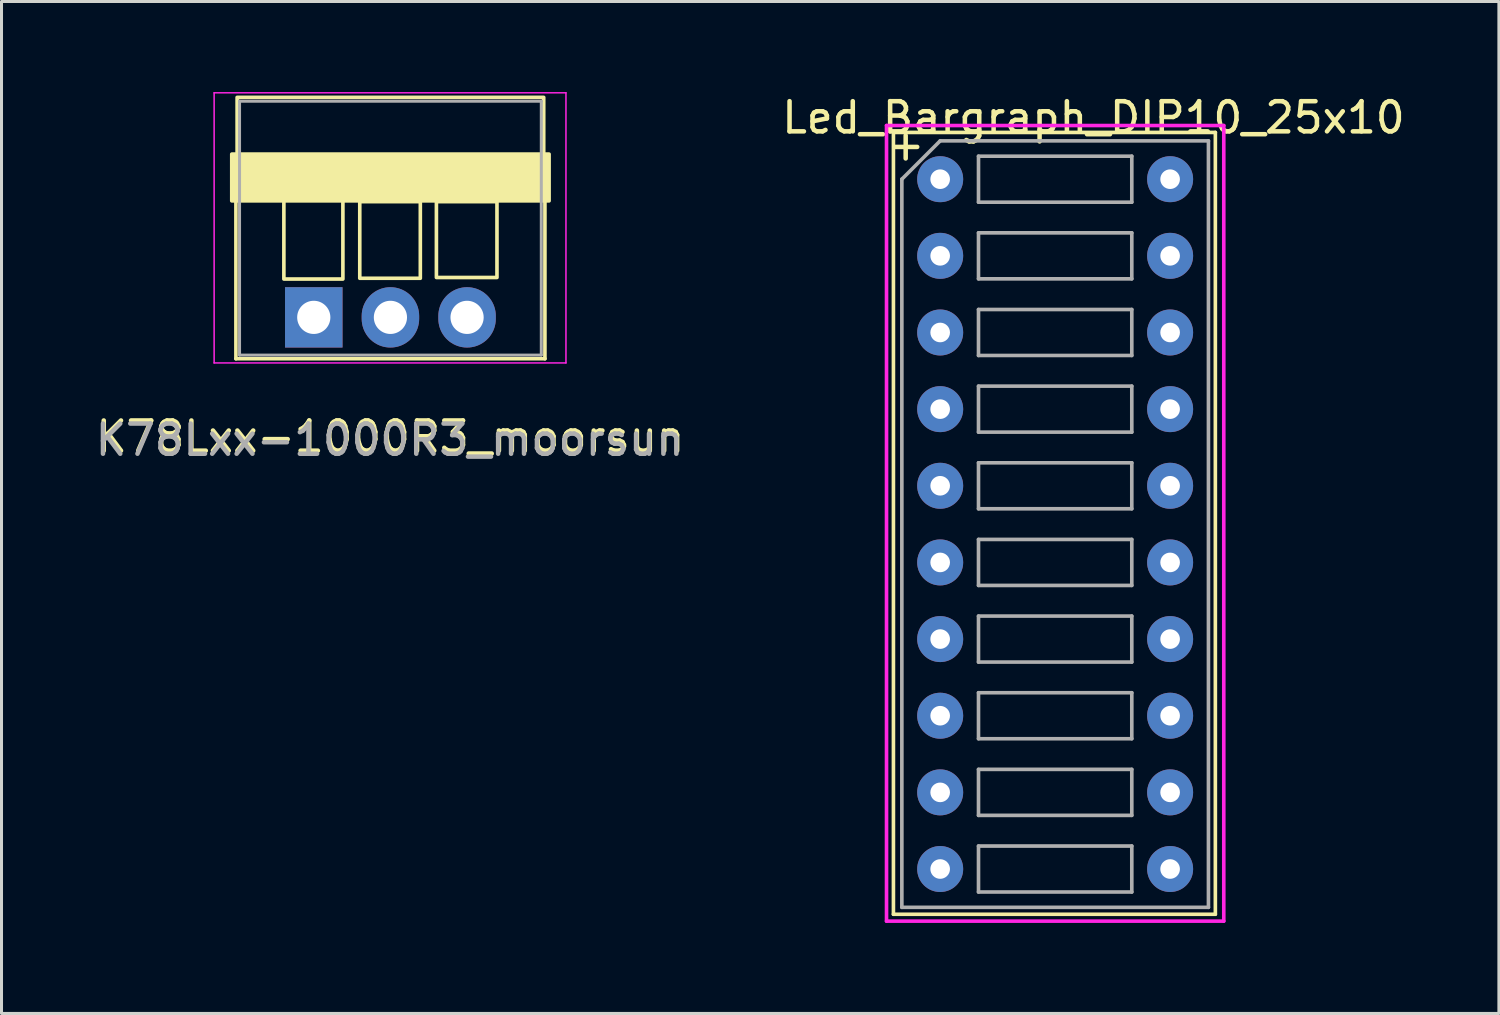
<source format=kicad_pcb>
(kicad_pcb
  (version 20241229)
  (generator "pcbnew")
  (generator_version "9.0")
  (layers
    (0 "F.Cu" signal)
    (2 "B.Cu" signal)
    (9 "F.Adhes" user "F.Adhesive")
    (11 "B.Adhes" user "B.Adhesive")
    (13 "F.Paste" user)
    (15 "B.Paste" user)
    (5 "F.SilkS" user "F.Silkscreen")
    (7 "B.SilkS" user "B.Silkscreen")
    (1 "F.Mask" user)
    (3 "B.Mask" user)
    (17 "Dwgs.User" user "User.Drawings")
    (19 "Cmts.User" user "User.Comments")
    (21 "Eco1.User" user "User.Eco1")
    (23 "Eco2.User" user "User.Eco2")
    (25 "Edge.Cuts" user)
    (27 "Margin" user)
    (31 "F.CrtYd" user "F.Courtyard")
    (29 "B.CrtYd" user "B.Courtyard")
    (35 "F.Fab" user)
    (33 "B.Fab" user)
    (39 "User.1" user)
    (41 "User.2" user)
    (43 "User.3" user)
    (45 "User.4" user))
  (footprint "K78Lxx-1000R3_moorsun"
    (layer "F.Cu")
    (at 7.348 7.467)
    (property "Reference" "K78Lxx-1000R3_moorsun" (at 2.54 3.962 0) (layer "F.SilkS") (effects (font (size 1 1) (thickness 0.15))))
    (attr through_hole)
    (fp_line (start -2.58 -3.861) (end -2.58 1.371) (stroke (width 0.12) (type solid)) (layer "F.SilkS"))
    (fp_line (start -2.58 1.371) (end 7.66 1.371) (stroke (width 0.12) (type solid)) (layer "F.SilkS"))
    (fp_line (start 7.66 -3.886) (end 7.66 1.371) (stroke (width 0.12) (type solid)) (layer "F.SilkS"))
    (fp_rect (start -0.991 -1.27) (end 0.965 -4.039) (stroke (width 0.12) (type solid)) (fill no) (layer "F.SilkS"))
    (fp_rect (start 1.524 -1.295) (end 3.531 -3.835) (stroke (width 0.12) (type solid)) (fill no) (layer "F.SilkS"))
    (fp_rect (start 4.064 -1.321) (end 6.071 -3.835) (stroke (width 0.12) (type solid)) (fill no) (layer "F.SilkS"))
    (fp_rect (start 7.62 -5.359) (end -2.54 -7.29) (stroke (width 0.12) (type solid)) (fill no) (layer "F.SilkS"))
    (fp_rect (start 7.798 -5.41) (end -2.718 -3.861) (stroke (width 0.12) (type solid)) (fill yes) (layer "F.SilkS"))
    (fp_line (start -3.302 -7.442) (end -3.302 1.51) (stroke (width 0.05) (type solid)) (layer "F.CrtYd"))
    (fp_line (start -3.302 1.51) (end 8.357 1.51) (stroke (width 0.05) (type solid)) (layer "F.CrtYd"))
    (fp_line (start 8.357 -7.442) (end -3.302 -7.442) (stroke (width 0.05) (type solid)) (layer "F.CrtYd"))
    (fp_line (start 8.357 1.51) (end 8.357 -7.442) (stroke (width 0.05) (type solid)) (layer "F.CrtYd"))
    (fp_line (start -2.46 -7.163) (end -2.46 1.25) (stroke (width 0.1) (type solid)) (layer "F.Fab"))
    (fp_line (start -2.46 1.25) (end 7.54 1.25) (stroke (width 0.1) (type solid)) (layer "F.Fab"))
    (fp_line (start 7.54 -7.163) (end -2.46 -7.163) (stroke (width 0.1) (type solid)) (layer "F.Fab"))
    (fp_line (start 7.54 1.25) (end 7.54 -7.163) (stroke (width 0.1) (type solid)) (layer "F.Fab"))
    (fp_text user "${REFERENCE}" (at 2.515 4.064 0) (layer "F.Fab") (effects (font (size 1 1) (thickness 0.15))))
    (pad "1" thru_hole rect (at 0 0) (size 1.905 2) (drill 1.1) (layers "*.Cu" "*.Mask"))
    (pad "2" thru_hole oval (at 2.54 0) (size 1.905 2) (drill 1.1) (layers "*.Cu" "*.Mask"))
    (pad "3" thru_hole oval (at 5.08 0) (size 1.905 2) (drill 1.1) (layers "*.Cu" "*.Mask")))
  (footprint "Led_Bargraph_DIP10_25x10"
    (layer "F.Cu")
    (at 33.186 0.348)
    (property "Reference" "Led_Bargraph_DIP10_25x10" (at 0 0.5 0) (layer "F.SilkS") (effects (font (size 1 1) (thickness 0.15))))
    (attr through_hole)
    (fp_line (start -6.629 26.899) (end -6.629 0.991) (stroke (width 0.12) (type solid)) (layer "F.SilkS"))
    (fp_line (start -6.579 0.991) (end 4.039 0.991) (stroke (width 0.12) (type solid)) (layer "F.SilkS"))
    (fp_line (start 4.039 0.991) (end 4.039 26.899) (stroke (width 0.12) (type solid)) (layer "F.SilkS"))
    (fp_line (start 4.039 26.899) (end -6.629 26.899) (stroke (width 0.12) (type solid)) (layer "F.SilkS"))
    (fp_line (start -6.858 0.762) (end 4.318 0.762) (stroke (width 0.12) (type solid)) (layer "F.CrtYd"))
    (fp_line (start -6.858 27.127) (end -6.858 0.762) (stroke (width 0.12) (type solid)) (layer "F.CrtYd"))
    (fp_line (start 4.318 0.762) (end 4.318 27.127) (stroke (width 0.12) (type solid)) (layer "F.CrtYd"))
    (fp_line (start 4.318 27.127) (end -6.858 27.127) (stroke (width 0.12) (type solid)) (layer "F.CrtYd"))
    (fp_line (start -6.35 2.54) (end -5.08 1.27) (stroke (width 0.12) (type solid)) (layer "F.Fab"))
    (fp_line (start -6.35 26.67) (end -6.35 2.54) (stroke (width 0.12) (type solid)) (layer "F.Fab"))
    (fp_line (start -5.08 1.27) (end 3.81 1.27) (stroke (width 0.12) (type solid)) (layer "F.Fab"))
    (fp_line (start -3.81 1.778) (end -3.81 3.302) (stroke (width 0.12) (type solid)) (layer "F.Fab"))
    (fp_line (start -3.81 1.778) (end 1.27 1.778) (stroke (width 0.12) (type solid)) (layer "F.Fab"))
    (fp_line (start -3.81 3.302) (end 1.27 3.302) (stroke (width 0.12) (type solid)) (layer "F.Fab"))
    (fp_line (start -3.81 4.318) (end -3.81 5.842) (stroke (width 0.12) (type solid)) (layer "F.Fab"))
    (fp_line (start -3.81 4.318) (end 1.27 4.318) (stroke (width 0.12) (type solid)) (layer "F.Fab"))
    (fp_line (start -3.81 5.842) (end 1.27 5.842) (stroke (width 0.12) (type solid)) (layer "F.Fab"))
    (fp_line (start -3.81 6.858) (end -3.81 8.382) (stroke (width 0.12) (type solid)) (layer "F.Fab"))
    (fp_line (start -3.81 6.858) (end 1.27 6.858) (stroke (width 0.12) (type solid)) (layer "F.Fab"))
    (fp_line (start -3.81 8.382) (end 1.27 8.382) (stroke (width 0.12) (type solid)) (layer "F.Fab"))
    (fp_line (start -3.81 9.398) (end -3.81 10.922) (stroke (width 0.12) (type solid)) (layer "F.Fab"))
    (fp_line (start -3.81 9.398) (end 1.27 9.398) (stroke (width 0.12) (type solid)) (layer "F.Fab"))
    (fp_line (start -3.81 10.922) (end 1.27 10.922) (stroke (width 0.12) (type solid)) (layer "F.Fab"))
    (fp_line (start -3.81 11.938) (end -3.81 13.462) (stroke (width 0.12) (type solid)) (layer "F.Fab"))
    (fp_line (start -3.81 11.938) (end 1.27 11.938) (stroke (width 0.12) (type solid)) (layer "F.Fab"))
    (fp_line (start -3.81 13.462) (end 1.27 13.462) (stroke (width 0.12) (type solid)) (layer "F.Fab"))
    (fp_line (start -3.81 14.478) (end -3.81 16.002) (stroke (width 0.12) (type solid)) (layer "F.Fab"))
    (fp_line (start -3.81 14.478) (end 1.27 14.478) (stroke (width 0.12) (type solid)) (layer "F.Fab"))
    (fp_line (start -3.81 16.002) (end 1.27 16.002) (stroke (width 0.12) (type solid)) (layer "F.Fab"))
    (fp_line (start -3.81 17.018) (end -3.81 18.542) (stroke (width 0.12) (type solid)) (layer "F.Fab"))
    (fp_line (start -3.81 17.018) (end 1.27 17.018) (stroke (width 0.12) (type solid)) (layer "F.Fab"))
    (fp_line (start -3.81 18.542) (end 1.27 18.542) (stroke (width 0.12) (type solid)) (layer "F.Fab"))
    (fp_line (start -3.81 19.558) (end -3.81 21.082) (stroke (width 0.12) (type solid)) (layer "F.Fab"))
    (fp_line (start -3.81 19.558) (end 1.27 19.558) (stroke (width 0.12) (type solid)) (layer "F.Fab"))
    (fp_line (start -3.81 21.082) (end 1.27 21.082) (stroke (width 0.12) (type solid)) (layer "F.Fab"))
    (fp_line (start -3.81 22.098) (end -3.81 23.622) (stroke (width 0.12) (type solid)) (layer "F.Fab"))
    (fp_line (start -3.81 22.098) (end 1.27 22.098) (stroke (width 0.12) (type solid)) (layer "F.Fab"))
    (fp_line (start -3.81 23.622) (end 1.27 23.622) (stroke (width 0.12) (type solid)) (layer "F.Fab"))
    (fp_line (start -3.81 24.638) (end -3.81 26.162) (stroke (width 0.12) (type solid)) (layer "F.Fab"))
    (fp_line (start -3.81 24.638) (end 1.27 24.638) (stroke (width 0.12) (type solid)) (layer "F.Fab"))
    (fp_line (start -3.81 26.162) (end 1.27 26.162) (stroke (width 0.12) (type solid)) (layer "F.Fab"))
    (fp_line (start 1.27 3.302) (end 1.27 1.778) (stroke (width 0.12) (type solid)) (layer "F.Fab"))
    (fp_line (start 1.27 5.842) (end 1.27 4.318) (stroke (width 0.12) (type solid)) (layer "F.Fab"))
    (fp_line (start 1.27 8.382) (end 1.27 6.858) (stroke (width 0.12) (type solid)) (layer "F.Fab"))
    (fp_line (start 1.27 10.922) (end 1.27 9.398) (stroke (width 0.12) (type solid)) (layer "F.Fab"))
    (fp_line (start 1.27 13.462) (end 1.27 11.938) (stroke (width 0.12) (type solid)) (layer "F.Fab"))
    (fp_line (start 1.27 16.002) (end 1.27 14.478) (stroke (width 0.12) (type solid)) (layer "F.Fab"))
    (fp_line (start 1.27 18.542) (end 1.27 17.018) (stroke (width 0.12) (type solid)) (layer "F.Fab"))
    (fp_line (start 1.27 21.082) (end 1.27 19.558) (stroke (width 0.12) (type solid)) (layer "F.Fab"))
    (fp_line (start 1.27 23.622) (end 1.27 22.098) (stroke (width 0.12) (type solid)) (layer "F.Fab"))
    (fp_line (start 1.27 26.162) (end 1.27 24.638) (stroke (width 0.12) (type solid)) (layer "F.Fab"))
    (fp_line (start 3.81 1.27) (end 3.81 26.67) (stroke (width 0.12) (type solid)) (layer "F.Fab"))
    (fp_line (start 3.81 26.67) (end -6.35 26.67) (stroke (width 0.12) (type solid)) (layer "F.Fab"))
    (fp_text user "+" (at -6.223 1.397 0) (layer "F.SilkS") (effects (font (size 1 1) (thickness 0.15))))
    (pad "1" thru_hole circle (at -5.08 2.54) (size 1.524 1.524) (drill 0.65) (layers "*.Cu" "*.Mask"))
    (pad "2" thru_hole circle (at -5.08 5.08) (size 1.524 1.524) (drill 0.65) (layers "*.Cu" "*.Mask"))
    (pad "3" thru_hole circle (at -5.08 7.62) (size 1.524 1.524) (drill 0.65) (layers "*.Cu" "*.Mask"))
    (pad "4" thru_hole circle (at -5.08 10.16) (size 1.524 1.524) (drill 0.65) (layers "*.Cu" "*.Mask"))
    (pad "5" thru_hole circle (at -5.08 12.7) (size 1.524 1.524) (drill 0.65) (layers "*.Cu" "*.Mask"))
    (pad "6" thru_hole circle (at -5.08 15.24) (size 1.524 1.524) (drill 0.65) (layers "*.Cu" "*.Mask"))
    (pad "7" thru_hole circle (at -5.08 17.78) (size 1.524 1.524) (drill 0.65) (layers "*.Cu" "*.Mask"))
    (pad "8" thru_hole circle (at -5.08 20.32) (size 1.524 1.524) (drill 0.65) (layers "*.Cu" "*.Mask"))
    (pad "9" thru_hole circle (at -5.08 22.86) (size 1.524 1.524) (drill 0.65) (layers "*.Cu" "*.Mask"))
    (pad "10" thru_hole circle (at -5.08 25.4) (size 1.524 1.524) (drill 0.65) (layers "*.Cu" "*.Mask"))
    (pad "11" thru_hole circle (at 2.54 25.4) (size 1.524 1.524) (drill 0.65) (layers "*.Cu" "*.Mask"))
    (pad "12" thru_hole circle (at 2.54 22.86) (size 1.524 1.524) (drill 0.65) (layers "*.Cu" "*.Mask"))
    (pad "13" thru_hole circle (at 2.54 20.32) (size 1.524 1.524) (drill 0.65) (layers "*.Cu" "*.Mask"))
    (pad "14" thru_hole circle (at 2.54 17.78) (size 1.524 1.524) (drill 0.65) (layers "*.Cu" "*.Mask"))
    (pad "15" thru_hole circle (at 2.54 15.24) (size 1.524 1.524) (drill 0.65) (layers "*.Cu" "*.Mask"))
    (pad "16" thru_hole circle (at 2.54 12.7) (size 1.524 1.524) (drill 0.65) (layers "*.Cu" "*.Mask"))
    (pad "17" thru_hole circle (at 2.54 10.16) (size 1.524 1.524) (drill 0.65) (layers "*.Cu" "*.Mask"))
    (pad "18" thru_hole circle (at 2.54 7.62) (size 1.524 1.524) (drill 0.65) (layers "*.Cu" "*.Mask"))
    (pad "19" thru_hole circle (at 2.54 5.08) (size 1.524 1.524) (drill 0.65) (layers "*.Cu" "*.Mask"))
    (pad "20" thru_hole circle (at 2.54 2.54) (size 1.524 1.524) (drill 0.65) (layers "*.Cu" "*.Mask")))
  (gr_rect
    (start -3 -3)
    (end 46.621 30.535)
    (stroke (width 0.1) (type default))
    (fill no)
    (layer "Edge.Cuts")))
</source>
